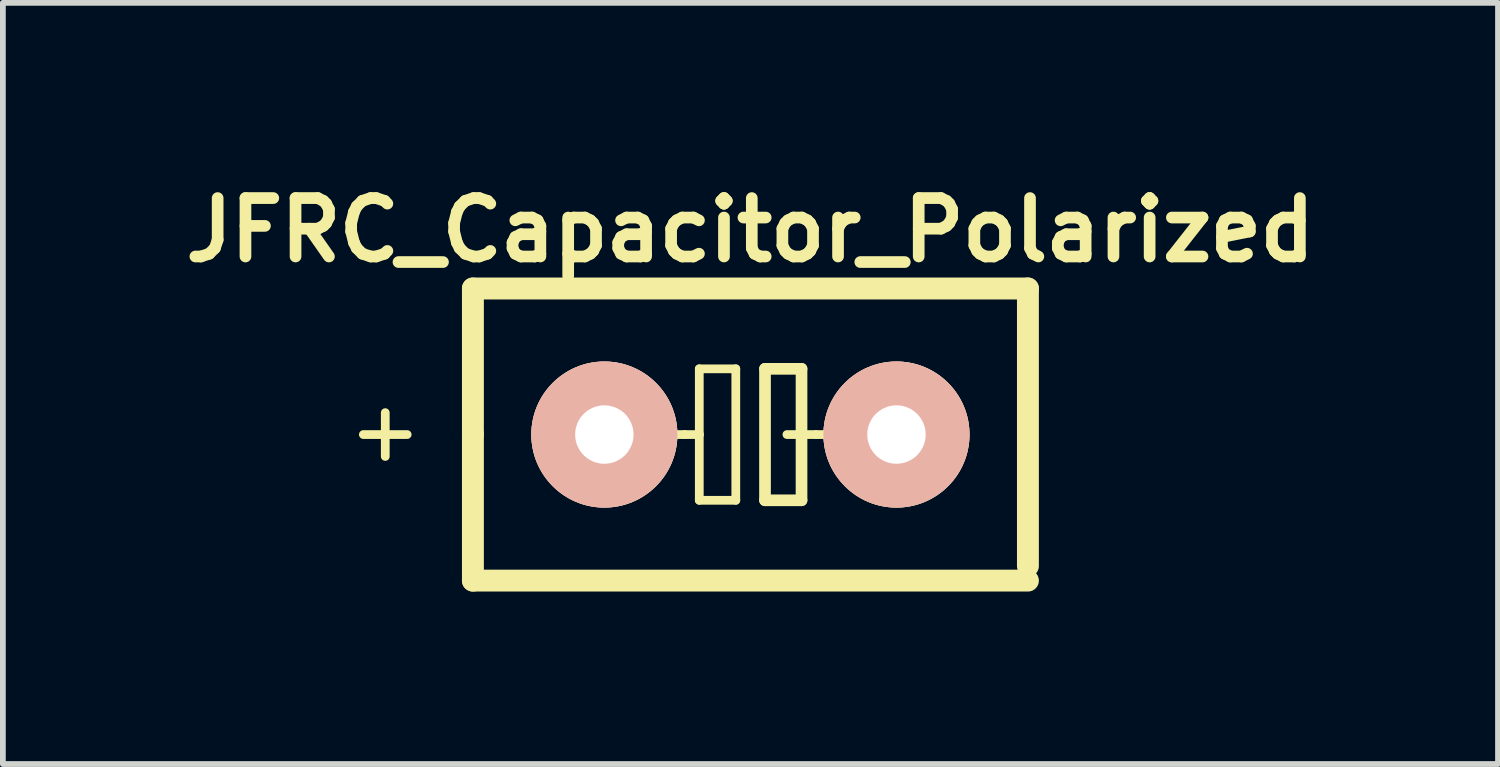
<source format=kicad_pcb>
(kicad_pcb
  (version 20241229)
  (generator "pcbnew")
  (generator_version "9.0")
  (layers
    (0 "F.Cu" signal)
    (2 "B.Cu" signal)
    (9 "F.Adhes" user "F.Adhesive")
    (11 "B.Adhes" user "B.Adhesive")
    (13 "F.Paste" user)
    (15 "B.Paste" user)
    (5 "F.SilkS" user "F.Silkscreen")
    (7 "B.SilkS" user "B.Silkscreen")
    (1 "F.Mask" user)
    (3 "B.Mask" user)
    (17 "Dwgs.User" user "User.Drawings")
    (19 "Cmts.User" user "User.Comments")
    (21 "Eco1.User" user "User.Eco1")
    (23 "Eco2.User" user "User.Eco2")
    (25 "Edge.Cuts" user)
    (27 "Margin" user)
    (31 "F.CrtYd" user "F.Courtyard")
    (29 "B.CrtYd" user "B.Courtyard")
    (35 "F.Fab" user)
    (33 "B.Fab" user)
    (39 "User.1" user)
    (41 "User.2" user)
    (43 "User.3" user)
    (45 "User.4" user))
  (footprint "JFRC_Capacitor_Polarized"
    (layer "F.Cu")
    (at 10 4.507)
    (property "Reference" "JFRC_Capacitor_Polarized" (at 0 -3.556 0) (layer "F.SilkS") (effects (font (size 1.016 1.016) (thickness 0.203))))
    (attr exclude_from_pos_files exclude_from_bom)
    (fp_line (start -6.35 -0.381) (end -6.35 0.381) (stroke (width 0.152) (type solid)) (layer "F.SilkS"))
    (fp_line (start -5.969 0) (end -6.731 0) (stroke (width 0.152) (type solid)) (layer "F.SilkS"))
    (fp_line (start -4.826 -2.54) (end 4.826 -2.54) (stroke (width 0.381) (type solid)) (layer "F.SilkS"))
    (fp_line (start -4.826 0) (end -4.826 -2.54) (stroke (width 0.381) (type solid)) (layer "F.SilkS"))
    (fp_line (start -4.826 2.54) (end -4.826 0) (stroke (width 0.381) (type solid)) (layer "F.SilkS"))
    (fp_line (start -1.651 0) (end -1.143 0) (stroke (width 0.152) (type solid)) (layer "F.SilkS"))
    (fp_line (start -1.143 0) (end -0.889 0) (stroke (width 0.152) (type solid)) (layer "F.SilkS"))
    (fp_line (start -0.889 -1.143) (end -0.889 0) (stroke (width 0.152) (type solid)) (layer "F.SilkS"))
    (fp_line (start -0.889 0) (end -0.889 1.143) (stroke (width 0.152) (type solid)) (layer "F.SilkS"))
    (fp_line (start -0.889 1.143) (end -0.254 1.143) (stroke (width 0.152) (type solid)) (layer "F.SilkS"))
    (fp_line (start -0.254 -1.143) (end -0.889 -1.143) (stroke (width 0.152) (type solid)) (layer "F.SilkS"))
    (fp_line (start -0.254 1.143) (end -0.254 -1.143) (stroke (width 0.152) (type solid)) (layer "F.SilkS"))
    (fp_line (start 0.254 -1.143) (end 0.889 -1.143) (stroke (width 0.203) (type solid)) (layer "F.SilkS"))
    (fp_line (start 0.254 1.143) (end 0.254 -1.143) (stroke (width 0.203) (type solid)) (layer "F.SilkS"))
    (fp_line (start 0.254 1.143) (end 0.889 1.143) (stroke (width 0.203) (type solid)) (layer "F.SilkS"))
    (fp_line (start 0.635 0) (end 1.143 0) (stroke (width 0.152) (type solid)) (layer "F.SilkS"))
    (fp_line (start 0.889 1.143) (end 0.889 -1.143) (stroke (width 0.203) (type solid)) (layer "F.SilkS"))
    (fp_line (start 1.143 0) (end 1.651 0) (stroke (width 0.152) (type solid)) (layer "F.SilkS"))
    (fp_line (start 4.826 -2.54) (end 4.826 2.286) (stroke (width 0.381) (type solid)) (layer "F.SilkS"))
    (fp_line (start 4.826 2.286) (end 4.826 2.54) (stroke (width 0.203) (type solid)) (layer "F.SilkS"))
    (fp_line (start 4.826 2.54) (end -4.826 2.54) (stroke (width 0.381) (type solid)) (layer "F.SilkS"))
    (pad "1" thru_hole circle (at -2.54 0) (size 2.54 2.54) (drill 1.016) (layers "*.Cu" "*.SilkS" "*.Mask"))
    (pad "2" thru_hole circle (at 2.54 0) (size 2.54 2.54) (drill 1.016) (layers "*.Cu" "*.SilkS" "*.Mask")))
  (gr_rect
    (start -3 -3)
    (end 23.001 10.237)
    (stroke (width 0.1) (type default))
    (fill no)
    (layer "Edge.Cuts")))
</source>
